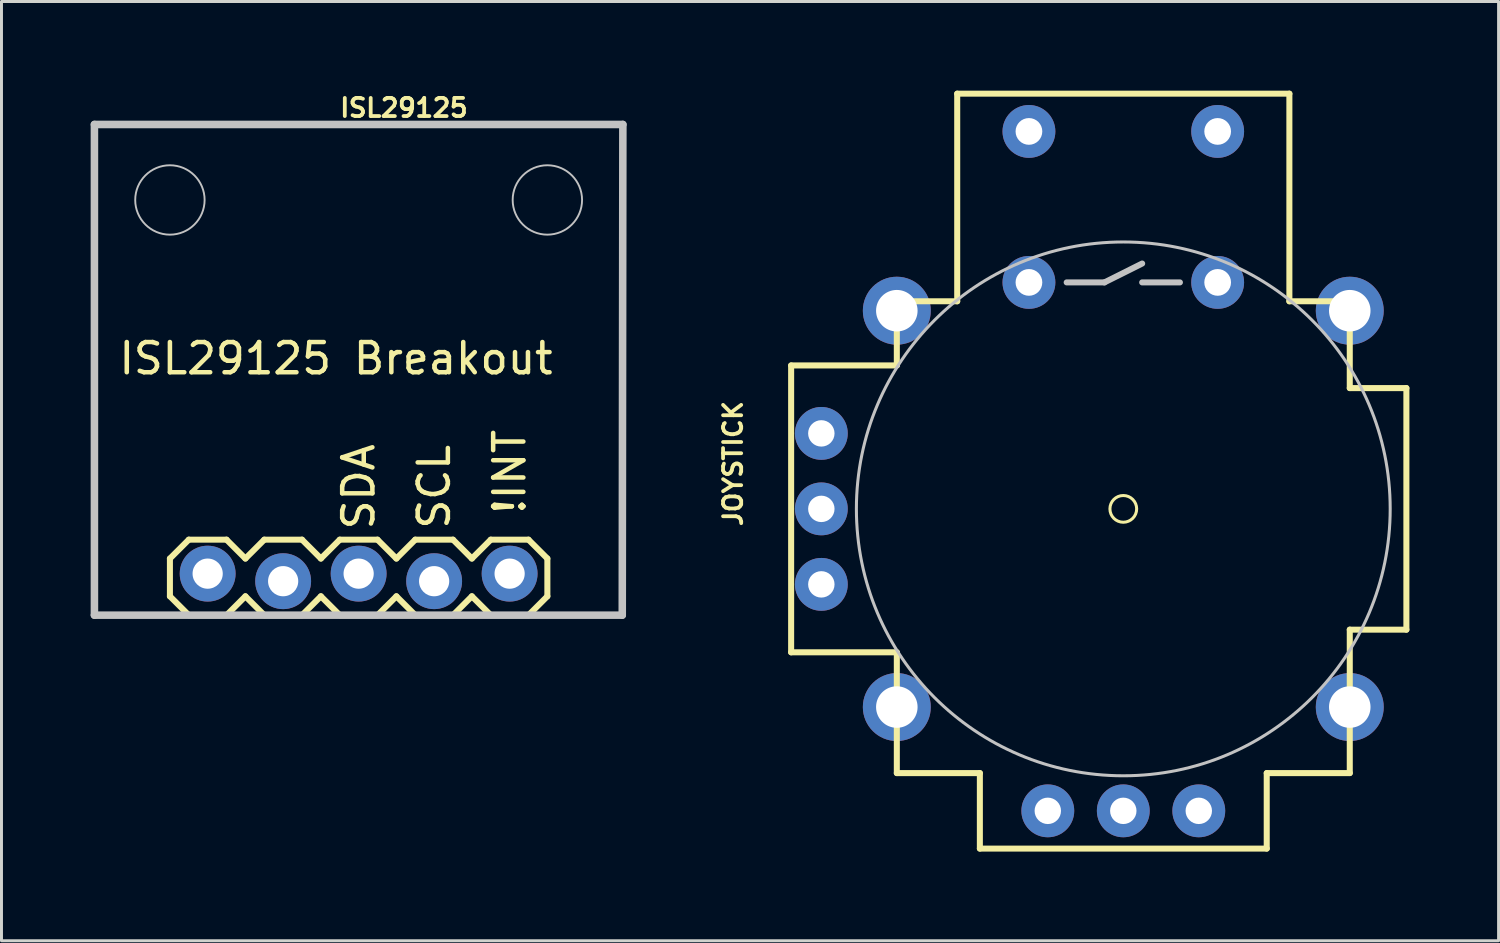
<source format=kicad_pcb>
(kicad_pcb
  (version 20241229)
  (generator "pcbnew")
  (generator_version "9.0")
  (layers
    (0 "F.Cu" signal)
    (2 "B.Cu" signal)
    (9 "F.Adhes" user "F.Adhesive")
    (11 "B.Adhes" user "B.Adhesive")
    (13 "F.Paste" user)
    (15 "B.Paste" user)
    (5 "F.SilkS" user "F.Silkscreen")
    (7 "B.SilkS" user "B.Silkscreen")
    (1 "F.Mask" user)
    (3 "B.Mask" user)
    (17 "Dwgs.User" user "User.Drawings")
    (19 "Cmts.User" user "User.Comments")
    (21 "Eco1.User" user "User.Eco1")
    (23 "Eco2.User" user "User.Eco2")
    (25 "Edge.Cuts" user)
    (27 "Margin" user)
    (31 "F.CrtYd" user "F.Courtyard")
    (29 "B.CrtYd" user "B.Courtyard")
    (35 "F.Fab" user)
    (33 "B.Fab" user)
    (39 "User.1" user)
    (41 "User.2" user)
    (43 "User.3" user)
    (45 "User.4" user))
  (footprint "JOYSTICK"
    (layer "F.Cu")
    (at 34.745 14.072)
    (property "Reference" "JOYSTICK" (at -13.132 -1.524 90) (layer "F.SilkS") (effects (font (size 0.61 0.61) (thickness 0.127))))
    (attr exclude_from_pos_files exclude_from_bom)
    (fp_line (start -11.176 -4.826) (end -11.176 4.826) (stroke (width 0.203) (type solid)) (layer "F.SilkS"))
    (fp_line (start -7.62 -4.826) (end -11.176 -4.826) (stroke (width 0.203) (type solid)) (layer "F.SilkS"))
    (fp_line (start -7.62 -4.826) (end -7.62 -6.985) (stroke (width 0.203) (type solid)) (layer "F.SilkS"))
    (fp_line (start -7.62 4.826) (end -11.176 4.826) (stroke (width 0.203) (type solid)) (layer "F.SilkS"))
    (fp_line (start -7.62 4.826) (end -7.62 8.89) (stroke (width 0.203) (type solid)) (layer "F.SilkS"))
    (fp_line (start -5.588 -13.97) (end -5.588 -6.985) (stroke (width 0.203) (type solid)) (layer "F.SilkS"))
    (fp_line (start -5.588 -6.985) (end -7.62 -6.985) (stroke (width 0.203) (type solid)) (layer "F.SilkS"))
    (fp_line (start -4.826 8.89) (end -7.62 8.89) (stroke (width 0.203) (type solid)) (layer "F.SilkS"))
    (fp_line (start -4.826 11.43) (end -4.826 8.89) (stroke (width 0.203) (type solid)) (layer "F.SilkS"))
    (fp_line (start 4.826 8.89) (end 7.62 8.89) (stroke (width 0.203) (type solid)) (layer "F.SilkS"))
    (fp_line (start 4.826 11.43) (end -4.826 11.43) (stroke (width 0.203) (type solid)) (layer "F.SilkS"))
    (fp_line (start 4.826 11.43) (end 4.826 8.89) (stroke (width 0.203) (type solid)) (layer "F.SilkS"))
    (fp_line (start 5.588 -13.97) (end -5.588 -13.97) (stroke (width 0.203) (type solid)) (layer "F.SilkS"))
    (fp_line (start 5.588 -13.97) (end 5.588 -6.985) (stroke (width 0.203) (type solid)) (layer "F.SilkS"))
    (fp_line (start 7.62 -6.985) (end 5.588 -6.985) (stroke (width 0.203) (type solid)) (layer "F.SilkS"))
    (fp_line (start 7.62 -4.064) (end 7.62 -6.985) (stroke (width 0.203) (type solid)) (layer "F.SilkS"))
    (fp_line (start 7.62 -4.064) (end 9.525 -4.064) (stroke (width 0.203) (type solid)) (layer "F.SilkS"))
    (fp_line (start 7.62 4.064) (end 7.62 8.89) (stroke (width 0.203) (type solid)) (layer "F.SilkS"))
    (fp_line (start 7.62 4.064) (end 9.525 4.064) (stroke (width 0.203) (type solid)) (layer "F.SilkS"))
    (fp_line (start 9.525 -4.064) (end 9.525 4.064) (stroke (width 0.203) (type solid)) (layer "F.SilkS"))
    (fp_circle (center 0 0) (end -0.318 0.318) (stroke (width 0.102) (type solid)) (fill no) (layer "F.SilkS"))
    (fp_line (start -1.905 -7.62) (end -0.635 -7.62) (stroke (width 0.203) (type solid)) (layer "Dwgs.User"))
    (fp_line (start -0.635 -7.62) (end 0.635 -8.255) (stroke (width 0.203) (type solid)) (layer "Dwgs.User"))
    (fp_line (start 0.635 -7.62) (end 1.905 -7.62) (stroke (width 0.203) (type solid)) (layer "Dwgs.User"))
    (fp_circle (center 0 0) (end -6.35 6.35) (stroke (width 0.102) (type solid)) (fill no) (layer "Dwgs.User"))
    (pad "B1A" thru_hole circle (at -3.175 -12.7) (size 1.778 1.778) (drill 0.899) (layers "*.Cu" "*.Paste" "*.Mask"))
    (pad "B1B" thru_hole circle (at 3.175 -12.7) (size 1.778 1.778) (drill 0.899) (layers "*.Cu" "*.Paste" "*.Mask"))
    (pad "B2A" thru_hole circle (at -3.175 -7.62) (size 1.778 1.778) (drill 0.899) (layers "*.Cu" "*.Paste" "*.Mask"))
    (pad "B2B" thru_hole circle (at 3.175 -7.62) (size 1.778 1.778) (drill 0.899) (layers "*.Cu" "*.Paste" "*.Mask"))
    (pad "H1" thru_hole circle (at -2.54 10.16) (size 1.778 1.778) (drill 0.889) (layers "*.Cu" "*.Paste" "*.Mask"))
    (pad "H2" thru_hole circle (at 0 10.16) (size 1.778 1.778) (drill 0.889) (layers "*.Cu" "*.Paste" "*.Mask"))
    (pad "H3" thru_hole circle (at 2.54 10.16) (size 1.778 1.778) (drill 0.889) (layers "*.Cu" "*.Paste" "*.Mask"))
    (pad "MOUN" thru_hole circle (at -7.62 -6.668) (size 2.286 2.286) (drill 1.397) (layers "*.Cu" "*.Paste" "*.Mask"))
    (pad "MOUN" thru_hole circle (at -7.62 6.668) (size 2.286 2.286) (drill 1.397) (layers "*.Cu" "*.Paste" "*.Mask"))
    (pad "MOUN" thru_hole circle (at 7.62 -6.668) (size 2.286 2.286) (drill 1.397) (layers "*.Cu" "*.Paste" "*.Mask"))
    (pad "MOUN" thru_hole circle (at 7.62 6.668) (size 2.286 2.286) (drill 1.397) (layers "*.Cu" "*.Paste" "*.Mask"))
    (pad "V1" thru_hole circle (at -10.16 -2.54) (size 1.778 1.778) (drill 0.889) (layers "*.Cu" "*.Paste" "*.Mask"))
    (pad "V2" thru_hole circle (at -10.16 0) (size 1.778 1.778) (drill 0.889) (layers "*.Cu" "*.Paste" "*.Mask"))
    (pad "V3" thru_hole circle (at -10.16 2.54) (size 1.778 1.778) (drill 0.889) (layers "*.Cu" "*.Paste" "*.Mask")))
  (footprint "ISL29125"
    (layer "F.Cu")
    (at 9.017 8.758)
    (property "Reference" "ISL29125" (at 1.524 -8.179 0) (layer "F.SilkS") (effects (font (size 0.61 0.61) (thickness 0.127))))
    (attr exclude_from_pos_files exclude_from_bom)
    (fp_line (start -6.35 6.985) (end -6.35 8.255) (stroke (width 0.203) (type solid)) (layer "F.SilkS"))
    (fp_line (start -6.35 8.255) (end -5.715 8.89) (stroke (width 0.203) (type solid)) (layer "F.SilkS"))
    (fp_line (start -5.715 6.35) (end -6.35 6.985) (stroke (width 0.203) (type solid)) (layer "F.SilkS"))
    (fp_line (start -5.715 6.35) (end -4.445 6.35) (stroke (width 0.203) (type solid)) (layer "F.SilkS"))
    (fp_line (start -4.445 6.35) (end -3.81 6.985) (stroke (width 0.203) (type solid)) (layer "F.SilkS"))
    (fp_line (start -4.445 8.89) (end -5.715 8.89) (stroke (width 0.203) (type solid)) (layer "F.SilkS"))
    (fp_line (start -3.81 6.985) (end -3.175 6.35) (stroke (width 0.203) (type solid)) (layer "F.SilkS"))
    (fp_line (start -3.81 8.255) (end -4.445 8.89) (stroke (width 0.203) (type solid)) (layer "F.SilkS"))
    (fp_line (start -3.175 6.35) (end -1.905 6.35) (stroke (width 0.203) (type solid)) (layer "F.SilkS"))
    (fp_line (start -3.175 8.89) (end -3.81 8.255) (stroke (width 0.203) (type solid)) (layer "F.SilkS"))
    (fp_line (start -1.905 6.35) (end -1.27 6.985) (stroke (width 0.203) (type solid)) (layer "F.SilkS"))
    (fp_line (start -1.905 8.89) (end -3.175 8.89) (stroke (width 0.203) (type solid)) (layer "F.SilkS"))
    (fp_line (start -1.27 6.985) (end -0.635 6.35) (stroke (width 0.203) (type solid)) (layer "F.SilkS"))
    (fp_line (start -1.27 8.255) (end -1.905 8.89) (stroke (width 0.203) (type solid)) (layer "F.SilkS"))
    (fp_line (start -0.635 6.35) (end 0.635 6.35) (stroke (width 0.203) (type solid)) (layer "F.SilkS"))
    (fp_line (start -0.635 8.89) (end -1.27 8.255) (stroke (width 0.203) (type solid)) (layer "F.SilkS"))
    (fp_line (start 0.635 6.35) (end 1.27 6.985) (stroke (width 0.203) (type solid)) (layer "F.SilkS"))
    (fp_line (start 0.635 8.89) (end -0.635 8.89) (stroke (width 0.203) (type solid)) (layer "F.SilkS"))
    (fp_line (start 1.27 8.255) (end 0.635 8.89) (stroke (width 0.203) (type solid)) (layer "F.SilkS"))
    (fp_line (start 1.27 8.255) (end 1.905 8.89) (stroke (width 0.203) (type solid)) (layer "F.SilkS"))
    (fp_line (start 1.905 6.35) (end 1.27 6.985) (stroke (width 0.203) (type solid)) (layer "F.SilkS"))
    (fp_line (start 1.905 6.35) (end 3.175 6.35) (stroke (width 0.203) (type solid)) (layer "F.SilkS"))
    (fp_line (start 3.175 6.35) (end 3.81 6.985) (stroke (width 0.203) (type solid)) (layer "F.SilkS"))
    (fp_line (start 3.175 8.89) (end 1.905 8.89) (stroke (width 0.203) (type solid)) (layer "F.SilkS"))
    (fp_line (start 3.81 6.985) (end 4.445 6.35) (stroke (width 0.203) (type solid)) (layer "F.SilkS"))
    (fp_line (start 3.81 8.255) (end 3.175 8.89) (stroke (width 0.203) (type solid)) (layer "F.SilkS"))
    (fp_line (start 4.445 6.35) (end 5.715 6.35) (stroke (width 0.203) (type solid)) (layer "F.SilkS"))
    (fp_line (start 4.445 8.89) (end 3.81 8.255) (stroke (width 0.203) (type solid)) (layer "F.SilkS"))
    (fp_line (start 5.715 6.35) (end 6.35 6.985) (stroke (width 0.203) (type solid)) (layer "F.SilkS"))
    (fp_line (start 5.715 8.89) (end 4.445 8.89) (stroke (width 0.203) (type solid)) (layer "F.SilkS"))
    (fp_line (start 6.35 6.985) (end 6.35 8.255) (stroke (width 0.203) (type solid)) (layer "F.SilkS"))
    (fp_line (start 6.35 8.255) (end 5.715 8.89) (stroke (width 0.203) (type solid)) (layer "F.SilkS"))
    (fp_line (start -8.89 -7.62) (end -8.89 8.89) (stroke (width 0.254) (type solid)) (layer "Dwgs.User"))
    (fp_line (start -8.89 8.89) (end 8.87 8.89) (stroke (width 0.254) (type solid)) (layer "Dwgs.User"))
    (fp_line (start -5.334 7.366) (end -4.826 7.366) (stroke (width 0.066) (type solid)) (layer "Dwgs.User"))
    (fp_line (start -5.334 7.874) (end -5.334 7.366) (stroke (width 0.066) (type solid)) (layer "Dwgs.User"))
    (fp_line (start -5.334 7.874) (end -4.826 7.874) (stroke (width 0.066) (type solid)) (layer "Dwgs.User"))
    (fp_line (start -4.826 7.874) (end -4.826 7.366) (stroke (width 0.066) (type solid)) (layer "Dwgs.User"))
    (fp_line (start -2.794 7.366) (end -2.286 7.366) (stroke (width 0.066) (type solid)) (layer "Dwgs.User"))
    (fp_line (start -2.794 7.874) (end -2.794 7.366) (stroke (width 0.066) (type solid)) (layer "Dwgs.User"))
    (fp_line (start -2.794 7.874) (end -2.286 7.874) (stroke (width 0.066) (type solid)) (layer "Dwgs.User"))
    (fp_line (start -2.286 7.874) (end -2.286 7.366) (stroke (width 0.066) (type solid)) (layer "Dwgs.User"))
    (fp_line (start -0.254 7.366) (end 0.254 7.366) (stroke (width 0.066) (type solid)) (layer "Dwgs.User"))
    (fp_line (start -0.254 7.874) (end -0.254 7.366) (stroke (width 0.066) (type solid)) (layer "Dwgs.User"))
    (fp_line (start -0.254 7.874) (end 0.254 7.874) (stroke (width 0.066) (type solid)) (layer "Dwgs.User"))
    (fp_line (start 0.254 7.874) (end 0.254 7.366) (stroke (width 0.066) (type solid)) (layer "Dwgs.User"))
    (fp_line (start 2.286 7.366) (end 2.794 7.366) (stroke (width 0.066) (type solid)) (layer "Dwgs.User"))
    (fp_line (start 2.286 7.874) (end 2.286 7.366) (stroke (width 0.066) (type solid)) (layer "Dwgs.User"))
    (fp_line (start 2.286 7.874) (end 2.794 7.874) (stroke (width 0.066) (type solid)) (layer "Dwgs.User"))
    (fp_line (start 2.794 7.874) (end 2.794 7.366) (stroke (width 0.066) (type solid)) (layer "Dwgs.User"))
    (fp_line (start 4.826 7.366) (end 5.334 7.366) (stroke (width 0.066) (type solid)) (layer "Dwgs.User"))
    (fp_line (start 4.826 7.874) (end 4.826 7.366) (stroke (width 0.066) (type solid)) (layer "Dwgs.User"))
    (fp_line (start 4.826 7.874) (end 5.334 7.874) (stroke (width 0.066) (type solid)) (layer "Dwgs.User"))
    (fp_line (start 5.334 7.874) (end 5.334 7.366) (stroke (width 0.066) (type solid)) (layer "Dwgs.User"))
    (fp_line (start 8.87 8.89) (end 8.89 -7.62) (stroke (width 0.254) (type solid)) (layer "Dwgs.User"))
    (fp_line (start 8.89 -7.62) (end -8.89 -7.62) (stroke (width 0.254) (type solid)) (layer "Dwgs.User"))
    (fp_circle (center -6.35 -5.08) (end -7.176 -5.905) (stroke (width 0.064) (type solid)) (fill no) (layer "Dwgs.User"))
    (fp_circle (center 6.35 -5.08) (end 7.176 -5.905) (stroke (width 0.064) (type solid)) (fill no) (layer "Dwgs.User"))
    (fp_text user "!INT" (at 5.08 4.064 90) (layer "F.SilkS") (effects (font (size 1.016 1.016) (thickness 0.152))))
    (fp_text user "SDA" (at 0 4.572 90) (layer "F.SilkS") (effects (font (size 1.016 1.016) (thickness 0.152))))
    (fp_text user "SCL" (at 2.54 4.572 90) (layer "F.SilkS") (effects (font (size 1.016 1.016) (thickness 0.152))))
    (fp_text user "ISL29125 Breakout" (at -0.762 0.254 180) (layer "F.SilkS") (effects (font (size 1.016 1.016) (thickness 0.152))))
    (pad "1" thru_hole circle (at -5.08 7.493) (size 1.88 1.88) (drill 1.016) (layers "*.Cu" "*.Paste" "*.Mask"))
    (pad "2" thru_hole circle (at -2.54 7.747) (size 1.88 1.88) (drill 1.016) (layers "*.Cu" "*.Paste" "*.Mask"))
    (pad "3" thru_hole circle (at 0 7.493) (size 1.88 1.88) (drill 1.016) (layers "*.Cu" "*.Paste" "*.Mask"))
    (pad "4" thru_hole circle (at 2.54 7.747) (size 1.88 1.88) (drill 1.016) (layers "*.Cu" "*.Paste" "*.Mask"))
    (pad "5" thru_hole circle (at 5.08 7.493) (size 1.88 1.88) (drill 1.016) (layers "*.Cu" "*.Paste" "*.Mask")))
  (gr_rect
    (start -3 -3)
    (end 47.372 28.603)
    (stroke (width 0.1) (type default))
    (fill no)
    (layer "Edge.Cuts")))
</source>
